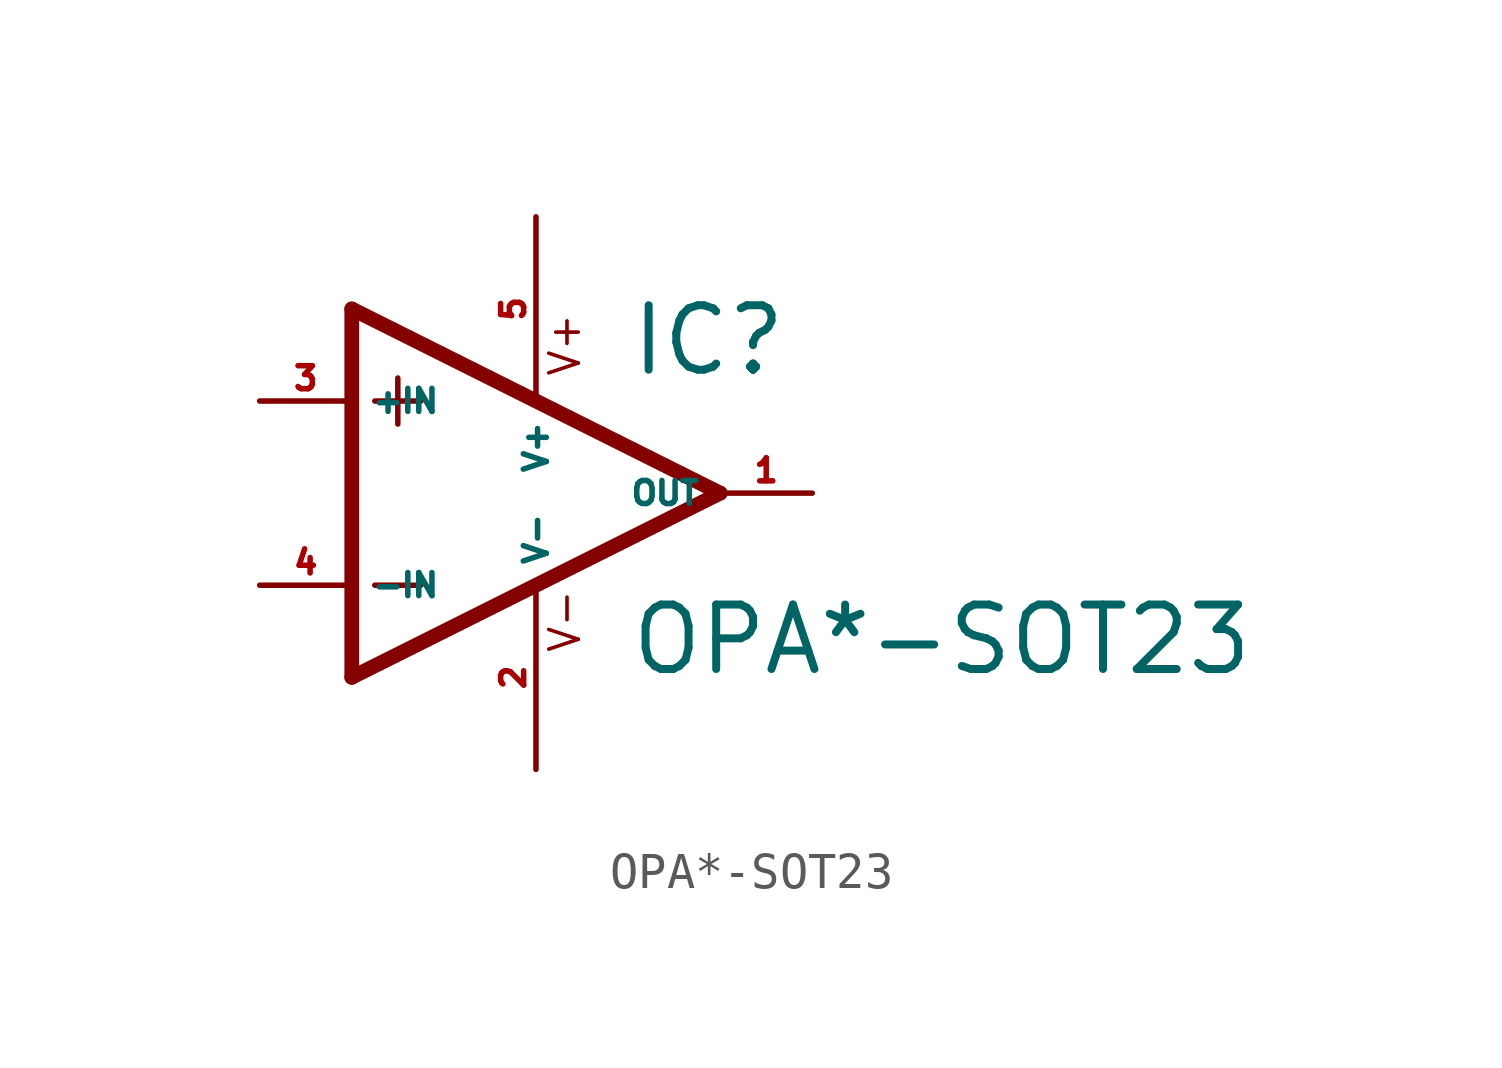
<source format=kicad_sym>
(kicad_symbol_lib
  (version 20220914)
  (generator Eagle2Kicad)
  (symbol "OPA*-SOT23"
    (property "Reference" "IC"
      (at 2.54 3.175 0)
      (effects (font (size 1.778 1.778) (thickness 0.22)) (justify left bottom)))
    (property "Value" "OPA*-SOT23"
      (at 2.54 -5.08 0)
      (effects (font (size 1.778 1.778) (thickness 0.22)) (justify left bottom)))
    (polyline
      (pts (xy -5.08 5.08) (xy -5.08 -5.08))
      (stroke (width 0.406) (type default))
      (fill (type none)))
    (polyline
      (pts (xy -5.08 -5.08) (xy 5.08 0))
      (stroke (width 0.406) (type default))
      (fill (type none)))
    (polyline
      (pts (xy 5.08 0) (xy -5.08 5.08))
      (stroke (width 0.406) (type default))
      (fill (type none)))
    (polyline
      (pts (xy -3.81 3.175) (xy -3.81 1.905))
      (stroke (width 0.152) (type default))
      (fill (type none)))
    (polyline
      (pts (xy -4.445 2.54) (xy -3.175 2.54))
      (stroke (width 0.152) (type default))
      (fill (type none)))
    (polyline
      (pts (xy -4.445 -2.54) (xy -3.175 -2.54))
      (stroke (width 0.152) (type default))
      (fill (type none)))
    (text "V+"
      (at 1.27 3.175 900)
      (effects (font (size 0.813 0.813) (thickness 0.10)) (justify left bottom)))
    (text "V-"
      (at 1.27 -4.445 900)
      (effects (font (size 0.813 0.813) (thickness 0.10)) (justify left bottom)))
    (pin input line
      (at -7.62 -2.54 0)
      (length 2.54)
      (name "-IN" (effects (font (size 0.635 0.635) (thickness 0.08)) (justify left bottom)))
      (number "4" (effects (font (size 0.635 0.635) (thickness 0.08)) (justify left bottom))))
    (pin input line
      (at -7.62 2.54 0)
      (length 2.54)
      (name "+IN" (effects (font (size 0.635 0.635) (thickness 0.08)) (justify left bottom)))
      (number "3" (effects (font (size 0.635 0.635) (thickness 0.08)) (justify left bottom))))
    (pin output line
      (at 7.62 0 180)
      (length 2.54)
      (name "OUT" (effects (font (size 0.635 0.635) (thickness 0.08)) (justify left bottom)))
      (number "1" (effects (font (size 0.635 0.635) (thickness 0.08)) (justify left bottom))))
    (pin unspecified line
      (at 0 7.62 270)
      (length 5.08)
      (name "V+" (effects (font (size 0.635 0.635) (thickness 0.08)) (justify left bottom)))
      (number "5" (effects (font (size 0.635 0.635) (thickness 0.08)) (justify left bottom))))
    (pin unspecified line
      (at 0 -7.62 90)
      (length 5.08)
      (name "V-" (effects (font (size 0.635 0.635) (thickness 0.08)) (justify left bottom)))
      (number "2" (effects (font (size 0.635 0.635) (thickness 0.08)) (justify left bottom))))))
</source>
